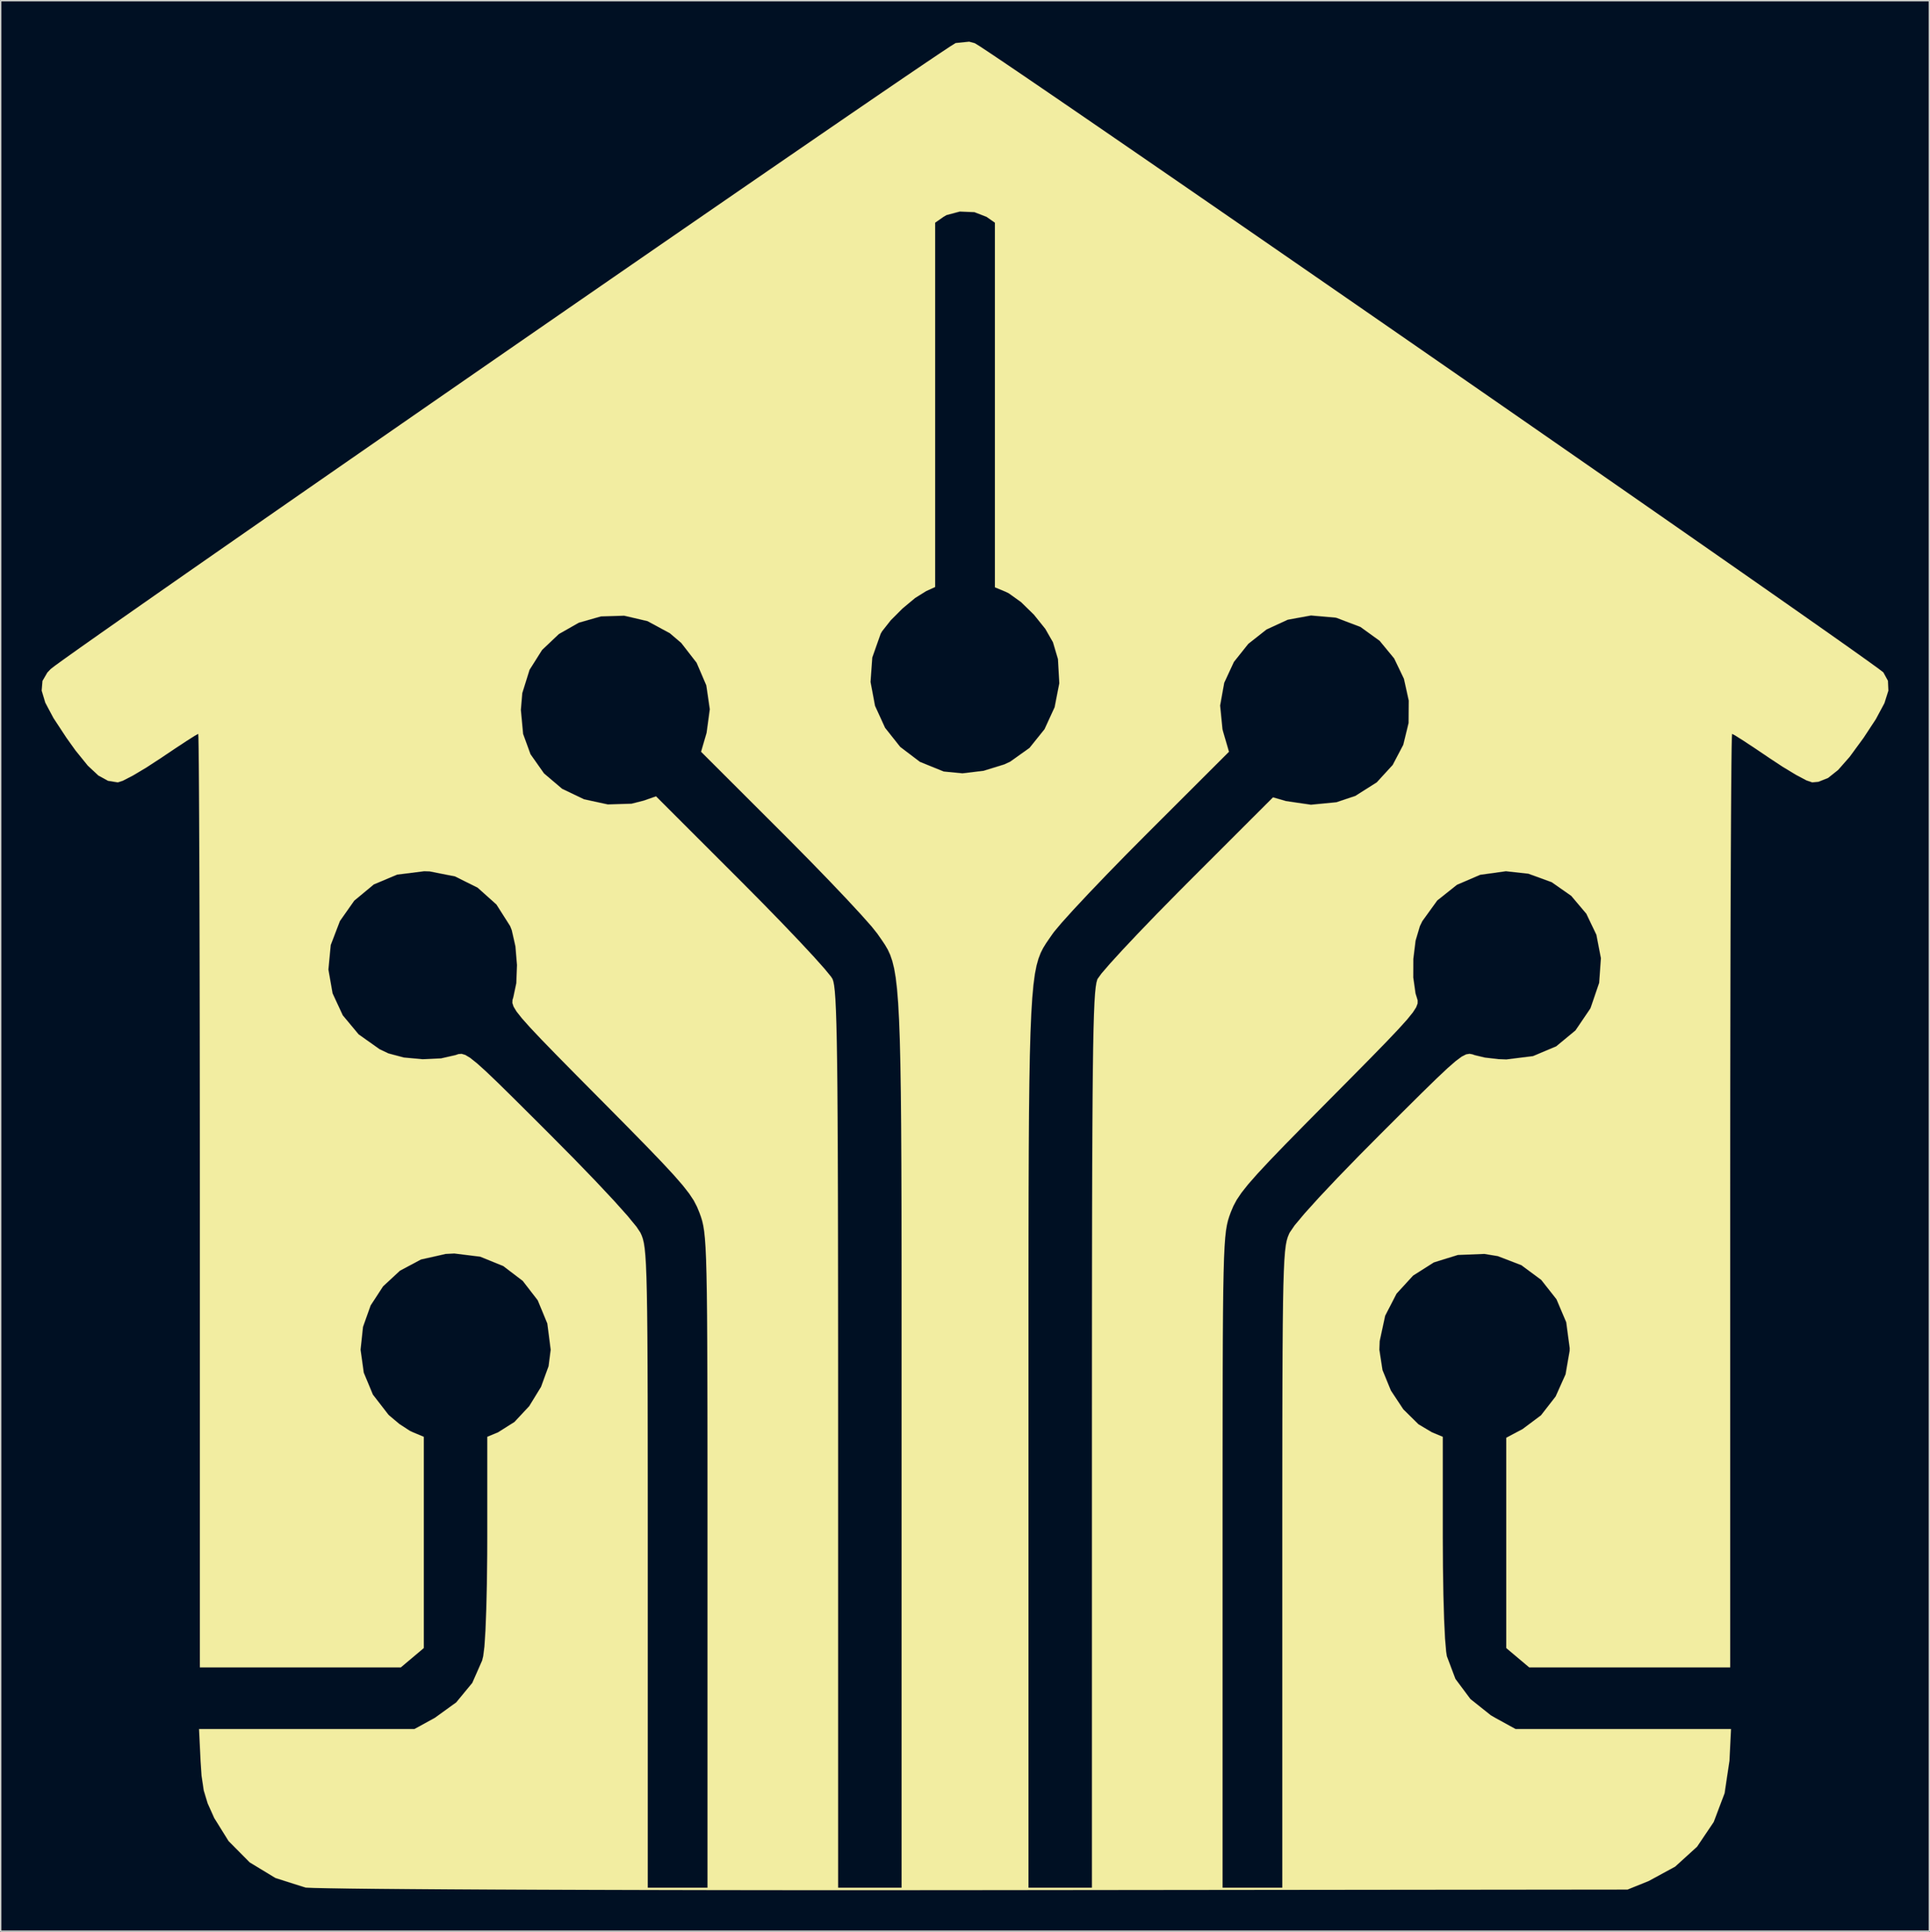
<source format=kicad_pcb>
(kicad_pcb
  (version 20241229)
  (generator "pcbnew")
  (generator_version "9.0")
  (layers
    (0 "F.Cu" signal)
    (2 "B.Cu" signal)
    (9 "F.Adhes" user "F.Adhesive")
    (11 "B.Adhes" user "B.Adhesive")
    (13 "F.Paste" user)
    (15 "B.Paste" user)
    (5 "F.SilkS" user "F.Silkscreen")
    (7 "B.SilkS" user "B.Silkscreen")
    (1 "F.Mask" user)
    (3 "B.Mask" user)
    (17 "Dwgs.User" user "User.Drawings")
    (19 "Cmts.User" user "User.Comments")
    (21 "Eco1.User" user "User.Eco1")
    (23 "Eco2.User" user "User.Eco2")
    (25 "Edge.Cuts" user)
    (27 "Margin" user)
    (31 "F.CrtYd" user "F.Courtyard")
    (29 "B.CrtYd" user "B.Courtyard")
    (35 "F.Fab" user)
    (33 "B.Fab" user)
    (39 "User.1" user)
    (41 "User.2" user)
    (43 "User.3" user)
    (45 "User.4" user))
  (footprint "logo"
    (layer "F.Cu")
    (at 67.564 67.558)
    (property "Reference" "logo" (at 0 0 0) (layer "F.SilkS") (effects (font (size 1.5 1.5) (thickness 0.3))))
    (attr board_only exclude_from_pos_files exclude_from_bom)
    (fp_poly (pts (xy 0.709 -67.45) (xy 1.015 -67.265) (xy 1.739 -66.788) (xy 2.849 -66.043) (xy 4.315 -65.049) (xy 6.106 -63.828) (xy 8.192 -62.401) (xy 10.542 -60.789) (xy 13.126 -59.014) (xy 15.913 -57.097) (xy 18.872 -55.058) (xy 21.972 -52.92) (xy 25.184 -50.702) (xy 28.477 -48.427) (xy 31.819 -46.116) (xy 35.181 -43.789) (xy 38.532 -41.468) (xy 41.841 -39.174) (xy 45.077 -36.928) (xy 48.211 -34.752) (xy 51.211 -32.666) (xy 54.047 -30.692) (xy 56.688 -28.851) (xy 59.104 -27.164) (xy 61.264 -25.652) (xy 63.138 -24.337) (xy 64.695 -23.239) (xy 65.903 -22.38) (xy 66.734 -21.781) (xy 67.156 -21.464) (xy 67.201 -21.423) (xy 67.532 -20.817) (xy 67.564 -20.092) (xy 67.276 -19.179) (xy 66.648 -18.008) (xy 65.75 -16.642) (xy 64.733 -15.254) (xy 63.89 -14.295) (xy 63.15 -13.706) (xy 62.445 -13.427) (xy 61.993 -13.383) (xy 61.566 -13.531) (xy 60.807 -13.933) (xy 59.827 -14.526) (xy 58.867 -15.158) (xy 57.829 -15.859) (xy 56.963 -16.429) (xy 56.364 -16.808) (xy 56.128 -16.933) (xy 56.111 -16.666) (xy 56.094 -15.884) (xy 56.078 -14.622) (xy 56.063 -12.912) (xy 56.049 -10.787) (xy 56.036 -8.278) (xy 56.024 -5.42) (xy 56.014 -2.245) (xy 56.006 1.216) (xy 55.999 4.928) (xy 55.993 8.859) (xy 55.99 12.977) (xy 55.989 17.206) (xy 55.989 51.346) (xy 48.636 51.346) (xy 41.283 51.346) (xy 40.442 50.639) (xy 39.602 49.932) (xy 39.602 42.24) (xy 39.602 34.549) (xy 40.8 33.913) (xy 42.143 32.91) (xy 43.216 31.531) (xy 43.942 29.912) (xy 44.242 28.19) (xy 44.245 27.988) (xy 43.992 26.102) (xy 43.276 24.417) (xy 42.16 23.002) (xy 40.707 21.928) (xy 38.982 21.265) (xy 38.001 21.106) (xy 36.062 21.181) (xy 34.302 21.728) (xy 32.785 22.691) (xy 31.577 24.01) (xy 30.742 25.626) (xy 30.343 27.481) (xy 30.319 28.112) (xy 30.547 29.597) (xy 31.163 31.099) (xy 32.072 32.471) (xy 33.182 33.566) (xy 34.171 34.153) (xy 34.959 34.479) (xy 34.959 41.807) (xy 34.971 44.028) (xy 35.004 46.053) (xy 35.055 47.804) (xy 35.123 49.207) (xy 35.205 50.184) (xy 35.257 50.525) (xy 35.885 52.189) (xy 36.981 53.659) (xy 38.475 54.849) (xy 38.793 55.033) (xy 40.285 55.853) (xy 48.167 55.853) (xy 56.049 55.853) (xy 55.936 58.174) (xy 55.582 60.546) (xy 54.783 62.657) (xy 53.566 64.462) (xy 51.962 65.919) (xy 50.032 66.969) (xy 48.478 67.597) (xy 0.683 67.637) (xy -4.403 67.64) (xy -9.351 67.641) (xy -14.133 67.639) (xy -18.721 67.634) (xy -23.086 67.627) (xy -27.2 67.618) (xy -31.034 67.607) (xy -34.559 67.594) (xy -37.747 67.579) (xy -40.569 67.562) (xy -42.997 67.544) (xy -45.003 67.524) (xy -46.557 67.502) (xy -47.632 67.48) (xy -48.198 67.456) (xy -48.268 67.448) (xy -50.456 66.752) (xy -52.341 65.61) (xy -53.89 64.048) (xy -54.939 62.362) (xy -55.417 61.298) (xy -55.707 60.344) (xy -55.867 59.261) (xy -55.936 58.209) (xy -56.049 55.853) (xy -48.167 55.853) (xy -40.285 55.853) (xy -38.793 55.033) (xy -37.231 53.905) (xy -36.056 52.48) (xy -35.336 50.846) (xy -35.257 50.525) (xy -35.169 49.829) (xy -35.093 48.664) (xy -35.032 47.105) (xy -34.987 45.229) (xy -34.963 43.112) (xy -34.959 41.807) (xy -34.959 34.479) (xy -34.171 34.153) (xy -32.969 33.394) (xy -31.889 32.237) (xy -31.026 30.83) (xy -30.474 29.32) (xy -30.319 28.112) (xy -30.565 26.193) (xy -31.268 24.494) (xy -32.365 23.075) (xy -33.79 21.992) (xy -35.479 21.306) (xy -37.369 21.075) (xy -38.001 21.106) (xy -39.808 21.513) (xy -41.345 22.33) (xy -42.583 23.477) (xy -43.495 24.876) (xy -44.053 26.446) (xy -44.23 28.11) (xy -43.997 29.786) (xy -43.327 31.396) (xy -42.193 32.86) (xy -42.137 32.915) (xy -41.386 33.546) (xy -40.621 34.043) (xy -40.408 34.145) (xy -39.602 34.479) (xy -39.602 42.206) (xy -39.602 49.932) (xy -40.442 50.639) (xy -41.283 51.346) (xy -48.636 51.346) (xy -55.989 51.346) (xy -55.989 17.206) (xy -55.99 12.936) (xy -55.993 8.82) (xy -55.997 4.891) (xy -56.003 1.181) (xy -56.005 0.306) (xy -46.582 0.306) (xy -46.278 2.046) (xy -45.532 3.653) (xy -44.373 5.044) (xy -42.834 6.134) (xy -42.194 6.437) (xy -41.06 6.74) (xy -39.691 6.864) (xy -38.34 6.803) (xy -37.296 6.565) (xy -37.065 6.487) (xy -36.837 6.469) (xy -36.567 6.549) (xy -36.211 6.764) (xy -35.723 7.152) (xy -35.058 7.75) (xy -34.171 8.597) (xy -33.018 9.731) (xy -31.554 11.187) (xy -30.394 12.345) (xy -28.588 14.167) (xy -27.016 15.793) (xy -25.71 17.186) (xy -24.705 18.308) (xy -24.035 19.124) (xy -23.755 19.546) (xy -23.66 19.755) (xy -23.577 19.99) (xy -23.505 20.286) (xy -23.443 20.679) (xy -23.391 21.206) (xy -23.347 21.901) (xy -23.311 22.8) (xy -23.283 23.939) (xy -23.26 25.354) (xy -23.243 27.081) (xy -23.231 29.155) (xy -23.223 31.611) (xy -23.219 34.487) (xy -23.216 37.816) (xy -23.215 41.636) (xy -23.215 44.058) (xy -23.215 67.46) (xy -21.03 67.46) (xy -18.845 67.46) (xy -18.845 43.573) (xy -18.845 39.414) (xy -18.846 35.767) (xy -18.849 32.593) (xy -18.855 29.858) (xy -18.864 27.525) (xy -18.877 25.558) (xy -18.895 23.922) (xy -18.919 22.58) (xy -18.949 21.497) (xy -18.987 20.636) (xy -19.034 19.961) (xy -19.089 19.438) (xy -19.155 19.028) (xy -19.231 18.697) (xy -19.319 18.409) (xy -19.42 18.127) (xy -19.428 18.104) (xy -19.615 17.648) (xy -19.854 17.191) (xy -20.188 16.687) (xy -20.657 16.087) (xy -21.303 15.345) (xy -22.167 14.413) (xy -23.291 13.244) (xy -24.717 11.789) (xy -26.485 10.003) (xy -26.677 9.81) (xy -28.454 8.018) (xy -29.881 6.57) (xy -30.994 5.425) (xy -31.83 4.539) (xy -32.425 3.871) (xy -32.815 3.378) (xy -33.035 3.018) (xy -33.123 2.749) (xy -33.114 2.529) (xy -33.058 2.349) (xy -32.834 1.303) (xy -32.784 -0.022) (xy -32.898 -1.391) (xy -33.166 -2.57) (xy -33.285 -2.874) (xy -34.289 -4.452) (xy -35.665 -5.683) (xy -37.322 -6.508) (xy -39.17 -6.871) (xy -39.578 -6.883) (xy -41.55 -6.639) (xy -43.262 -5.918) (xy -44.693 -4.731) (xy -45.741 -3.242) (xy -46.413 -1.485) (xy -46.582 0.306) (xy -56.005 0.306) (xy -56.011 -2.277) (xy -56.02 -5.449) (xy -56.03 -8.304) (xy -56.041 -10.809) (xy -56.053 -12.931) (xy -56.066 -14.637) (xy -56.08 -15.894) (xy -56.094 -16.671) (xy -56.109 -16.933) (xy -56.369 -16.789) (xy -56.985 -16.397) (xy -57.864 -15.818) (xy -58.847 -15.158) (xy -59.933 -14.451) (xy -60.897 -13.878) (xy -61.628 -13.502) (xy -61.992 -13.383) (xy -62.71 -13.499) (xy -63.419 -13.887) (xy -64.189 -14.607) (xy -65.09 -15.719) (xy -65.75 -16.642) (xy -66.703 -18.091) (xy -67.021 -18.688) (xy -32.501 -18.688) (xy -32.336 -16.929) (xy -31.796 -15.445) (xy -30.819 -14.058) (xy -30.797 -14.032) (xy -29.481 -12.915) (xy -27.878 -12.148) (xy -26.136 -11.771) (xy -24.402 -11.825) (xy -23.5 -12.054) (xy -22.61 -12.364) (xy -16.357 -6.116) (xy -14.818 -4.563) (xy -13.391 -3.098) (xy -12.126 -1.773) (xy -11.073 -0.642) (xy -10.283 0.242) (xy -9.805 0.825) (xy -9.695 0.995) (xy -9.633 1.179) (xy -9.577 1.471) (xy -9.528 1.902) (xy -9.484 2.499) (xy -9.446 3.29) (xy -9.413 4.305) (xy -9.384 5.573) (xy -9.36 7.12) (xy -9.34 8.977) (xy -9.324 11.171) (xy -9.312 13.731) (xy -9.302 16.686) (xy -9.295 20.063) (xy -9.29 23.893) (xy -9.287 28.202) (xy -9.286 33.02) (xy -9.286 34.659) (xy -9.286 67.46) (xy -6.965 67.46) (xy -4.643 67.46) (xy -4.643 34.88) (xy -4.643 29.826) (xy -4.643 28.2) (xy 4.643 28.2) (xy 4.643 33.072) (xy 4.643 34.88) (xy 4.643 67.46) (xy 6.965 67.46) (xy 9.286 67.46) (xy 9.286 43.573) (xy 18.845 43.573) (xy 18.845 67.46) (xy 21.03 67.46) (xy 23.215 67.46) (xy 23.215 44.058) (xy 23.215 39.942) (xy 23.217 36.336) (xy 23.22 33.205) (xy 23.226 30.512) (xy 23.236 28.224) (xy 23.25 26.303) (xy 23.269 24.714) (xy 23.294 23.421) (xy 23.326 22.388) (xy 23.365 21.581) (xy 23.412 20.962) (xy 23.468 20.497) (xy 23.534 20.149) (xy 23.611 19.884) (xy 23.699 19.665) (xy 23.755 19.546) (xy 24.117 19.017) (xy 24.843 18.15) (xy 25.898 16.982) (xy 27.248 15.55) (xy 28.86 13.89) (xy 30.394 12.345) (xy 32.089 10.654) (xy 33.443 9.311) (xy 34.5 8.28) (xy 35.306 7.521) (xy 35.906 6.998) (xy 36.344 6.673) (xy 36.666 6.508) (xy 36.917 6.466) (xy 37.141 6.509) (xy 37.296 6.565) (xy 38.037 6.744) (xy 39.037 6.858) (xy 39.614 6.879) (xy 41.559 6.638) (xy 43.259 5.921) (xy 44.668 4.757) (xy 45.745 3.17) (xy 45.777 3.105) (xy 46.402 1.277) (xy 46.528 -0.527) (xy 46.2 -2.236) (xy 45.461 -3.779) (xy 44.356 -5.086) (xy 42.927 -6.084) (xy 41.22 -6.705) (xy 39.578 -6.883) (xy 37.701 -6.626) (xy 35.996 -5.893) (xy 34.552 -4.744) (xy 33.462 -3.235) (xy 33.285 -2.874) (xy 32.969 -1.808) (xy 32.803 -0.474) (xy 32.799 0.891) (xy 32.965 2.054) (xy 33.058 2.349) (xy 33.121 2.562) (xy 33.117 2.787) (xy 33.011 3.067) (xy 32.767 3.444) (xy 32.348 3.962) (xy 31.718 4.66) (xy 30.841 5.584) (xy 29.682 6.773) (xy 28.203 8.271) (xy 26.677 9.81) (xy 24.873 11.631) (xy 23.416 13.115) (xy 22.264 14.311) (xy 21.377 15.264) (xy 20.711 16.022) (xy 20.227 16.633) (xy 19.882 17.145) (xy 19.635 17.604) (xy 19.445 18.059) (xy 19.428 18.104) (xy 19.327 18.387) (xy 19.238 18.674) (xy 19.161 19) (xy 19.094 19.402) (xy 19.038 19.915) (xy 18.991 20.577) (xy 18.952 21.422) (xy 18.921 22.486) (xy 18.896 23.807) (xy 18.878 25.419) (xy 18.864 27.358) (xy 18.855 29.661) (xy 18.85 32.363) (xy 18.847 35.501) (xy 18.845 39.111) (xy 18.845 43.228) (xy 18.845 43.573) (xy 9.286 43.573) (xy 9.286 34.659) (xy 9.287 29.674) (xy 9.289 25.206) (xy 9.293 21.227) (xy 9.299 17.709) (xy 9.308 14.624) (xy 9.32 11.942) (xy 9.335 9.634) (xy 9.354 7.674) (xy 9.376 6.032) (xy 9.403 4.679) (xy 9.435 3.587) (xy 9.471 2.727) (xy 9.513 2.072) (xy 9.561 1.592) (xy 9.615 1.258) (xy 9.675 1.043) (xy 9.695 0.995) (xy 9.985 0.594) (xy 10.615 -0.136) (xy 11.533 -1.141) (xy 12.69 -2.368) (xy 14.035 -3.764) (xy 15.519 -5.273) (xy 16.32 -6.079) (xy 22.536 -12.29) (xy 23.488 -12.017) (xy 25.311 -11.75) (xy 27.173 -11.931) (xy 28.556 -12.392) (xy 30.126 -13.385) (xy 31.293 -14.658) (xy 32.067 -16.131) (xy 32.456 -17.727) (xy 32.469 -19.364) (xy 32.114 -20.965) (xy 31.401 -22.449) (xy 30.339 -23.738) (xy 28.935 -24.752) (xy 27.2 -25.412) (xy 27.107 -25.434) (xy 25.315 -25.591) (xy 23.612 -25.28) (xy 22.061 -24.566) (xy 20.728 -23.516) (xy 19.675 -22.195) (xy 18.967 -20.669) (xy 18.667 -19.004) (xy 18.84 -17.266) (xy 18.913 -16.996) (xy 19.315 -15.624) (xy 13.336 -9.655) (xy 11.798 -8.107) (xy 10.344 -6.616) (xy 9.032 -5.245) (xy 7.918 -4.054) (xy 7.061 -3.104) (xy 6.517 -2.456) (xy 6.418 -2.322) (xy 6.159 -1.95) (xy 5.926 -1.611) (xy 5.719 -1.274) (xy 5.535 -0.91) (xy 5.373 -0.488) (xy 5.232 0.021) (xy 5.11 0.648) (xy 5.007 1.422) (xy 4.92 2.373) (xy 4.848 3.53) (xy 4.789 4.925) (xy 4.743 6.587) (xy 4.708 8.545) (xy 4.682 10.83) (xy 4.664 13.471) (xy 4.652 16.499) (xy 4.646 19.943) (xy 4.643 23.833) (xy 4.643 28.2) (xy -4.643 28.2) (xy -4.643 25.288) (xy -4.644 21.236) (xy -4.649 17.641) (xy -4.659 14.473) (xy -4.675 11.701) (xy -4.698 9.297) (xy -4.73 7.229) (xy -4.772 5.468) (xy -4.826 3.984) (xy -4.893 2.748) (xy -4.975 1.729) (xy -5.073 0.897) (xy -5.188 0.223) (xy -5.322 -0.323) (xy -5.476 -0.772) (xy -5.653 -1.153) (xy -5.852 -1.496) (xy -6.076 -1.831) (xy -6.326 -2.188) (xy -6.418 -2.322) (xy -6.848 -2.859) (xy -7.611 -3.718) (xy -8.648 -4.838) (xy -9.903 -6.158) (xy -11.318 -7.617) (xy -12.835 -9.153) (xy -13.336 -9.655) (xy -19.315 -15.624) (xy -18.913 -16.996) (xy -18.676 -18.734) (xy -18.932 -20.482) (xy -19.038 -20.729) (xy -6.913 -20.729) (xy -6.587 -18.987) (xy -5.85 -17.375) (xy -4.742 -15.979) (xy -3.303 -14.887) (xy -1.572 -14.184) (xy -1.548 -14.178) (xy -0.188 -14.047) (xy 1.363 -14.232) (xy 2.877 -14.701) (xy 3.298 -14.895) (xy 4.717 -15.905) (xy 5.816 -17.272) (xy 6.557 -18.885) (xy 6.898 -20.633) (xy 6.8 -22.405) (xy 6.433 -23.636) (xy 5.873 -24.614) (xy 5.044 -25.647) (xy 4.1 -26.569) (xy 3.197 -27.216) (xy 2.963 -27.329) (xy 2.185 -27.651) (xy 2.185 -40.985) (xy 2.185 -54.32) (xy 1.578 -54.745) (xy 0.686 -55.091) (xy -0.385 -55.135) (xy -1.356 -54.875) (xy -1.578 -54.745) (xy -2.185 -54.32) (xy -2.185 -40.996) (xy -2.185 -27.673) (xy -2.853 -27.368) (xy -3.652 -26.869) (xy -4.574 -26.102) (xy -5.438 -25.236) (xy -6.066 -24.439) (xy -6.172 -24.256) (xy -6.787 -22.515) (xy -6.913 -20.729) (xy -19.038 -20.729) (xy -19.642 -22.135) (xy -20.766 -23.583) (xy -21.602 -24.295) (xy -23.237 -25.178) (xy -24.942 -25.575) (xy -26.641 -25.523) (xy -28.259 -25.063) (xy -29.72 -24.232) (xy -30.947 -23.07) (xy -31.865 -21.616) (xy -32.397 -19.91) (xy -32.501 -18.688) (xy -67.021 -18.688) (xy -67.302 -19.217) (xy -67.564 -20.095) (xy -67.507 -20.804) (xy -67.149 -21.419) (xy -66.9 -21.679) (xy -66.581 -21.925) (xy -65.845 -22.457) (xy -64.724 -23.254) (xy -63.247 -24.294) (xy -61.446 -25.557) (xy -59.351 -27.022) (xy -56.993 -28.667) (xy -54.402 -30.47) (xy -51.61 -32.411) (xy -48.647 -34.469) (xy -45.544 -36.621) (xy -42.331 -38.848) (xy -39.04 -41.128) (xy -35.7 -43.439) (xy -32.343 -45.76) (xy -28.999 -48.07) (xy -25.699 -50.348) (xy -22.474 -52.573) (xy -19.354 -54.723) (xy -16.37 -56.777) (xy -13.553 -58.714) (xy -10.933 -60.513) (xy -8.542 -62.153) (xy -6.41 -63.611) (xy -4.567 -64.868) (xy -3.044 -65.901) (xy -1.872 -66.69) (xy -1.083 -67.213) (xy -0.705 -67.45) (xy -0.684 -67.46) (xy 0.303 -67.558)) (stroke (width 0) (type solid)) (fill yes) (layer "F.SilkS")))
  (gr_rect
    (start -3 -3)
    (end 138.128 138.199)
    (stroke (width 0.1) (type default))
    (fill no)
    (layer "Edge.Cuts")))
</source>
